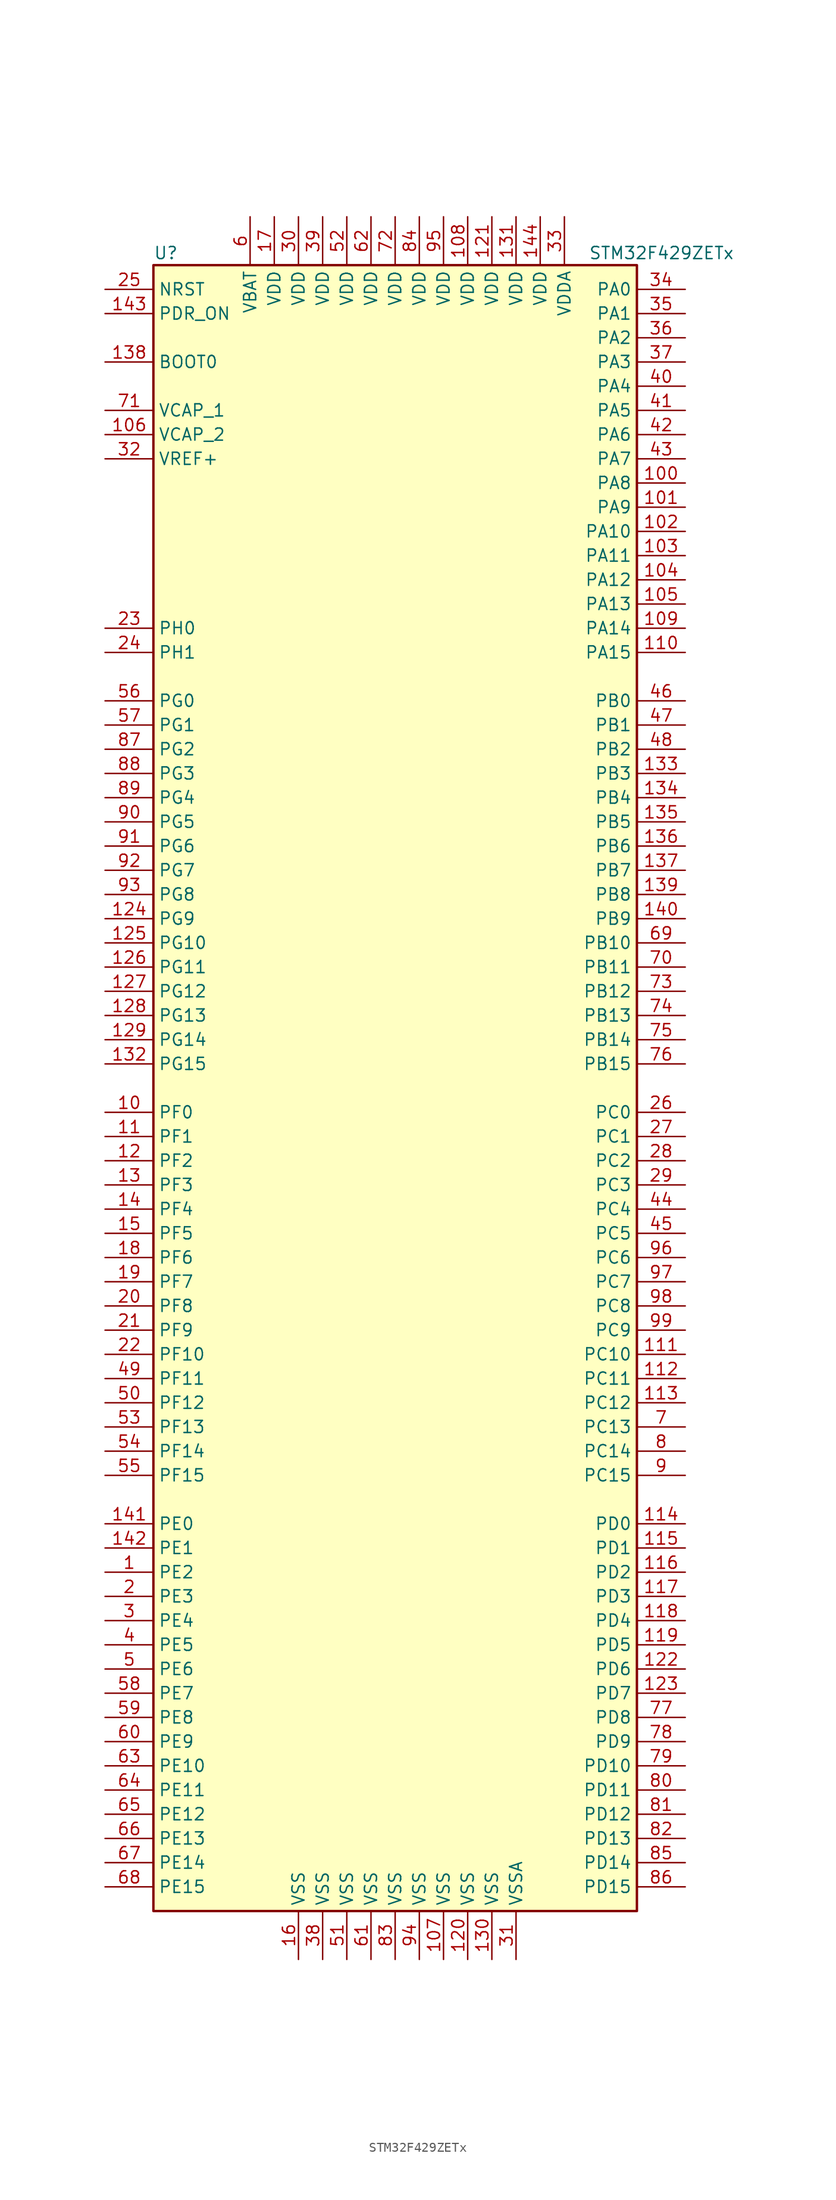
<source format=kicad_sym>
(kicad_symbol_lib
  (version 20201005)
  (generator kicad_symbol_editor)
  (symbol "MCU_ST_STM32F4:STM32F429ZETx"
    (property "Reference" "U"
      (at -25.4 87.63 0)
      (effects (font (size 1.27 1.27)) (justify left)))
    (property "Value" "STM32F429ZETx"
      (at 20.32 87.63 0)
      (effects (font (size 1.27 1.27)) (justify left)))
    (symbol "STM32F429ZETx_0_1"
      (rectangle (start -25.4 -86.36) (end 25.4 86.36) (stroke (width 0.254)) (fill (type background))))
    (symbol "STM32F429ZETx_1_1"
      (pin input line (at -30.48 76.2 0) (length 5.08) (name "BOOT0" (effects (font (size 1.27 1.27)))) (number "138" (effects (font (size 1.27 1.27)))))
      (pin input line (at -30.48 83.82 0) (length 5.08) (name "NRST" (effects (font (size 1.27 1.27)))) (number "25" (effects (font (size 1.27 1.27)))))
      (pin bidirectional line (at 30.48 83.82 180) (length 5.08) (name "PA0" (effects (font (size 1.27 1.27)))) (number "34" (effects (font (size 1.27 1.27)))))
      (pin bidirectional line (at 30.48 81.28 180) (length 5.08) (name "PA1" (effects (font (size 1.27 1.27)))) (number "35" (effects (font (size 1.27 1.27)))))
      (pin bidirectional line (at 30.48 58.42 180) (length 5.08) (name "PA10" (effects (font (size 1.27 1.27)))) (number "102" (effects (font (size 1.27 1.27)))))
      (pin bidirectional line (at 30.48 55.88 180) (length 5.08) (name "PA11" (effects (font (size 1.27 1.27)))) (number "103" (effects (font (size 1.27 1.27)))))
      (pin bidirectional line (at 30.48 53.34 180) (length 5.08) (name "PA12" (effects (font (size 1.27 1.27)))) (number "104" (effects (font (size 1.27 1.27)))))
      (pin bidirectional line (at 30.48 50.8 180) (length 5.08) (name "PA13" (effects (font (size 1.27 1.27)))) (number "105" (effects (font (size 1.27 1.27)))))
      (pin bidirectional line (at 30.48 48.26 180) (length 5.08) (name "PA14" (effects (font (size 1.27 1.27)))) (number "109" (effects (font (size 1.27 1.27)))))
      (pin bidirectional line (at 30.48 45.72 180) (length 5.08) (name "PA15" (effects (font (size 1.27 1.27)))) (number "110" (effects (font (size 1.27 1.27)))))
      (pin bidirectional line (at 30.48 78.74 180) (length 5.08) (name "PA2" (effects (font (size 1.27 1.27)))) (number "36" (effects (font (size 1.27 1.27)))))
      (pin bidirectional line (at 30.48 76.2 180) (length 5.08) (name "PA3" (effects (font (size 1.27 1.27)))) (number "37" (effects (font (size 1.27 1.27)))))
      (pin bidirectional line (at 30.48 73.66 180) (length 5.08) (name "PA4" (effects (font (size 1.27 1.27)))) (number "40" (effects (font (size 1.27 1.27)))))
      (pin bidirectional line (at 30.48 71.12 180) (length 5.08) (name "PA5" (effects (font (size 1.27 1.27)))) (number "41" (effects (font (size 1.27 1.27)))))
      (pin bidirectional line (at 30.48 68.58 180) (length 5.08) (name "PA6" (effects (font (size 1.27 1.27)))) (number "42" (effects (font (size 1.27 1.27)))))
      (pin bidirectional line (at 30.48 66.04 180) (length 5.08) (name "PA7" (effects (font (size 1.27 1.27)))) (number "43" (effects (font (size 1.27 1.27)))))
      (pin bidirectional line (at 30.48 63.5 180) (length 5.08) (name "PA8" (effects (font (size 1.27 1.27)))) (number "100" (effects (font (size 1.27 1.27)))))
      (pin bidirectional line (at 30.48 60.96 180) (length 5.08) (name "PA9" (effects (font (size 1.27 1.27)))) (number "101" (effects (font (size 1.27 1.27)))))
      (pin bidirectional line (at 30.48 40.64 180) (length 5.08) (name "PB0" (effects (font (size 1.27 1.27)))) (number "46" (effects (font (size 1.27 1.27)))))
      (pin bidirectional line (at 30.48 38.1 180) (length 5.08) (name "PB1" (effects (font (size 1.27 1.27)))) (number "47" (effects (font (size 1.27 1.27)))))
      (pin bidirectional line (at 30.48 15.24 180) (length 5.08) (name "PB10" (effects (font (size 1.27 1.27)))) (number "69" (effects (font (size 1.27 1.27)))))
      (pin bidirectional line (at 30.48 12.7 180) (length 5.08) (name "PB11" (effects (font (size 1.27 1.27)))) (number "70" (effects (font (size 1.27 1.27)))))
      (pin bidirectional line (at 30.48 10.16 180) (length 5.08) (name "PB12" (effects (font (size 1.27 1.27)))) (number "73" (effects (font (size 1.27 1.27)))))
      (pin bidirectional line (at 30.48 7.62 180) (length 5.08) (name "PB13" (effects (font (size 1.27 1.27)))) (number "74" (effects (font (size 1.27 1.27)))))
      (pin bidirectional line (at 30.48 5.08 180) (length 5.08) (name "PB14" (effects (font (size 1.27 1.27)))) (number "75" (effects (font (size 1.27 1.27)))))
      (pin bidirectional line (at 30.48 2.54 180) (length 5.08) (name "PB15" (effects (font (size 1.27 1.27)))) (number "76" (effects (font (size 1.27 1.27)))))
      (pin bidirectional line (at 30.48 35.56 180) (length 5.08) (name "PB2" (effects (font (size 1.27 1.27)))) (number "48" (effects (font (size 1.27 1.27)))))
      (pin bidirectional line (at 30.48 33.02 180) (length 5.08) (name "PB3" (effects (font (size 1.27 1.27)))) (number "133" (effects (font (size 1.27 1.27)))))
      (pin bidirectional line (at 30.48 30.48 180) (length 5.08) (name "PB4" (effects (font (size 1.27 1.27)))) (number "134" (effects (font (size 1.27 1.27)))))
      (pin bidirectional line (at 30.48 27.94 180) (length 5.08) (name "PB5" (effects (font (size 1.27 1.27)))) (number "135" (effects (font (size 1.27 1.27)))))
      (pin bidirectional line (at 30.48 25.4 180) (length 5.08) (name "PB6" (effects (font (size 1.27 1.27)))) (number "136" (effects (font (size 1.27 1.27)))))
      (pin bidirectional line (at 30.48 22.86 180) (length 5.08) (name "PB7" (effects (font (size 1.27 1.27)))) (number "137" (effects (font (size 1.27 1.27)))))
      (pin bidirectional line (at 30.48 20.32 180) (length 5.08) (name "PB8" (effects (font (size 1.27 1.27)))) (number "139" (effects (font (size 1.27 1.27)))))
      (pin bidirectional line (at 30.48 17.78 180) (length 5.08) (name "PB9" (effects (font (size 1.27 1.27)))) (number "140" (effects (font (size 1.27 1.27)))))
      (pin bidirectional line (at 30.48 -2.54 180) (length 5.08) (name "PC0" (effects (font (size 1.27 1.27)))) (number "26" (effects (font (size 1.27 1.27)))))
      (pin bidirectional line (at 30.48 -5.08 180) (length 5.08) (name "PC1" (effects (font (size 1.27 1.27)))) (number "27" (effects (font (size 1.27 1.27)))))
      (pin bidirectional line (at 30.48 -27.94 180) (length 5.08) (name "PC10" (effects (font (size 1.27 1.27)))) (number "111" (effects (font (size 1.27 1.27)))))
      (pin bidirectional line (at 30.48 -30.48 180) (length 5.08) (name "PC11" (effects (font (size 1.27 1.27)))) (number "112" (effects (font (size 1.27 1.27)))))
      (pin bidirectional line (at 30.48 -33.02 180) (length 5.08) (name "PC12" (effects (font (size 1.27 1.27)))) (number "113" (effects (font (size 1.27 1.27)))))
      (pin bidirectional line (at 30.48 -35.56 180) (length 5.08) (name "PC13" (effects (font (size 1.27 1.27)))) (number "7" (effects (font (size 1.27 1.27)))))
      (pin bidirectional line (at 30.48 -38.1 180) (length 5.08) (name "PC14" (effects (font (size 1.27 1.27)))) (number "8" (effects (font (size 1.27 1.27)))))
      (pin bidirectional line (at 30.48 -40.64 180) (length 5.08) (name "PC15" (effects (font (size 1.27 1.27)))) (number "9" (effects (font (size 1.27 1.27)))))
      (pin bidirectional line (at 30.48 -7.62 180) (length 5.08) (name "PC2" (effects (font (size 1.27 1.27)))) (number "28" (effects (font (size 1.27 1.27)))))
      (pin bidirectional line (at 30.48 -10.16 180) (length 5.08) (name "PC3" (effects (font (size 1.27 1.27)))) (number "29" (effects (font (size 1.27 1.27)))))
      (pin bidirectional line (at 30.48 -12.7 180) (length 5.08) (name "PC4" (effects (font (size 1.27 1.27)))) (number "44" (effects (font (size 1.27 1.27)))))
      (pin bidirectional line (at 30.48 -15.24 180) (length 5.08) (name "PC5" (effects (font (size 1.27 1.27)))) (number "45" (effects (font (size 1.27 1.27)))))
      (pin bidirectional line (at 30.48 -17.78 180) (length 5.08) (name "PC6" (effects (font (size 1.27 1.27)))) (number "96" (effects (font (size 1.27 1.27)))))
      (pin bidirectional line (at 30.48 -20.32 180) (length 5.08) (name "PC7" (effects (font (size 1.27 1.27)))) (number "97" (effects (font (size 1.27 1.27)))))
      (pin bidirectional line (at 30.48 -22.86 180) (length 5.08) (name "PC8" (effects (font (size 1.27 1.27)))) (number "98" (effects (font (size 1.27 1.27)))))
      (pin bidirectional line (at 30.48 -25.4 180) (length 5.08) (name "PC9" (effects (font (size 1.27 1.27)))) (number "99" (effects (font (size 1.27 1.27)))))
      (pin bidirectional line (at 30.48 -45.72 180) (length 5.08) (name "PD0" (effects (font (size 1.27 1.27)))) (number "114" (effects (font (size 1.27 1.27)))))
      (pin bidirectional line (at 30.48 -48.26 180) (length 5.08) (name "PD1" (effects (font (size 1.27 1.27)))) (number "115" (effects (font (size 1.27 1.27)))))
      (pin bidirectional line (at 30.48 -71.12 180) (length 5.08) (name "PD10" (effects (font (size 1.27 1.27)))) (number "79" (effects (font (size 1.27 1.27)))))
      (pin bidirectional line (at 30.48 -73.66 180) (length 5.08) (name "PD11" (effects (font (size 1.27 1.27)))) (number "80" (effects (font (size 1.27 1.27)))))
      (pin bidirectional line (at 30.48 -76.2 180) (length 5.08) (name "PD12" (effects (font (size 1.27 1.27)))) (number "81" (effects (font (size 1.27 1.27)))))
      (pin bidirectional line (at 30.48 -78.74 180) (length 5.08) (name "PD13" (effects (font (size 1.27 1.27)))) (number "82" (effects (font (size 1.27 1.27)))))
      (pin bidirectional line (at 30.48 -81.28 180) (length 5.08) (name "PD14" (effects (font (size 1.27 1.27)))) (number "85" (effects (font (size 1.27 1.27)))))
      (pin bidirectional line (at 30.48 -83.82 180) (length 5.08) (name "PD15" (effects (font (size 1.27 1.27)))) (number "86" (effects (font (size 1.27 1.27)))))
      (pin bidirectional line (at 30.48 -50.8 180) (length 5.08) (name "PD2" (effects (font (size 1.27 1.27)))) (number "116" (effects (font (size 1.27 1.27)))))
      (pin bidirectional line (at 30.48 -53.34 180) (length 5.08) (name "PD3" (effects (font (size 1.27 1.27)))) (number "117" (effects (font (size 1.27 1.27)))))
      (pin bidirectional line (at 30.48 -55.88 180) (length 5.08) (name "PD4" (effects (font (size 1.27 1.27)))) (number "118" (effects (font (size 1.27 1.27)))))
      (pin bidirectional line (at 30.48 -58.42 180) (length 5.08) (name "PD5" (effects (font (size 1.27 1.27)))) (number "119" (effects (font (size 1.27 1.27)))))
      (pin bidirectional line (at 30.48 -60.96 180) (length 5.08) (name "PD6" (effects (font (size 1.27 1.27)))) (number "122" (effects (font (size 1.27 1.27)))))
      (pin bidirectional line (at 30.48 -63.5 180) (length 5.08) (name "PD7" (effects (font (size 1.27 1.27)))) (number "123" (effects (font (size 1.27 1.27)))))
      (pin bidirectional line (at 30.48 -66.04 180) (length 5.08) (name "PD8" (effects (font (size 1.27 1.27)))) (number "77" (effects (font (size 1.27 1.27)))))
      (pin bidirectional line (at 30.48 -68.58 180) (length 5.08) (name "PD9" (effects (font (size 1.27 1.27)))) (number "78" (effects (font (size 1.27 1.27)))))
      (pin input line (at -30.48 81.28 0) (length 5.08) (name "PDR_ON" (effects (font (size 1.27 1.27)))) (number "143" (effects (font (size 1.27 1.27)))))
      (pin bidirectional line (at -30.48 -45.72 0) (length 5.08) (name "PE0" (effects (font (size 1.27 1.27)))) (number "141" (effects (font (size 1.27 1.27)))))
      (pin bidirectional line (at -30.48 -48.26 0) (length 5.08) (name "PE1" (effects (font (size 1.27 1.27)))) (number "142" (effects (font (size 1.27 1.27)))))
      (pin bidirectional line (at -30.48 -71.12 0) (length 5.08) (name "PE10" (effects (font (size 1.27 1.27)))) (number "63" (effects (font (size 1.27 1.27)))))
      (pin bidirectional line (at -30.48 -73.66 0) (length 5.08) (name "PE11" (effects (font (size 1.27 1.27)))) (number "64" (effects (font (size 1.27 1.27)))))
      (pin bidirectional line (at -30.48 -76.2 0) (length 5.08) (name "PE12" (effects (font (size 1.27 1.27)))) (number "65" (effects (font (size 1.27 1.27)))))
      (pin bidirectional line (at -30.48 -78.74 0) (length 5.08) (name "PE13" (effects (font (size 1.27 1.27)))) (number "66" (effects (font (size 1.27 1.27)))))
      (pin bidirectional line (at -30.48 -81.28 0) (length 5.08) (name "PE14" (effects (font (size 1.27 1.27)))) (number "67" (effects (font (size 1.27 1.27)))))
      (pin bidirectional line (at -30.48 -83.82 0) (length 5.08) (name "PE15" (effects (font (size 1.27 1.27)))) (number "68" (effects (font (size 1.27 1.27)))))
      (pin bidirectional line (at -30.48 -50.8 0) (length 5.08) (name "PE2" (effects (font (size 1.27 1.27)))) (number "1" (effects (font (size 1.27 1.27)))))
      (pin bidirectional line (at -30.48 -53.34 0) (length 5.08) (name "PE3" (effects (font (size 1.27 1.27)))) (number "2" (effects (font (size 1.27 1.27)))))
      (pin bidirectional line (at -30.48 -55.88 0) (length 5.08) (name "PE4" (effects (font (size 1.27 1.27)))) (number "3" (effects (font (size 1.27 1.27)))))
      (pin bidirectional line (at -30.48 -58.42 0) (length 5.08) (name "PE5" (effects (font (size 1.27 1.27)))) (number "4" (effects (font (size 1.27 1.27)))))
      (pin bidirectional line (at -30.48 -60.96 0) (length 5.08) (name "PE6" (effects (font (size 1.27 1.27)))) (number "5" (effects (font (size 1.27 1.27)))))
      (pin bidirectional line (at -30.48 -63.5 0) (length 5.08) (name "PE7" (effects (font (size 1.27 1.27)))) (number "58" (effects (font (size 1.27 1.27)))))
      (pin bidirectional line (at -30.48 -66.04 0) (length 5.08) (name "PE8" (effects (font (size 1.27 1.27)))) (number "59" (effects (font (size 1.27 1.27)))))
      (pin bidirectional line (at -30.48 -68.58 0) (length 5.08) (name "PE9" (effects (font (size 1.27 1.27)))) (number "60" (effects (font (size 1.27 1.27)))))
      (pin bidirectional line (at -30.48 -2.54 0) (length 5.08) (name "PF0" (effects (font (size 1.27 1.27)))) (number "10" (effects (font (size 1.27 1.27)))))
      (pin bidirectional line (at -30.48 -5.08 0) (length 5.08) (name "PF1" (effects (font (size 1.27 1.27)))) (number "11" (effects (font (size 1.27 1.27)))))
      (pin bidirectional line (at -30.48 -27.94 0) (length 5.08) (name "PF10" (effects (font (size 1.27 1.27)))) (number "22" (effects (font (size 1.27 1.27)))))
      (pin bidirectional line (at -30.48 -30.48 0) (length 5.08) (name "PF11" (effects (font (size 1.27 1.27)))) (number "49" (effects (font (size 1.27 1.27)))))
      (pin bidirectional line (at -30.48 -33.02 0) (length 5.08) (name "PF12" (effects (font (size 1.27 1.27)))) (number "50" (effects (font (size 1.27 1.27)))))
      (pin bidirectional line (at -30.48 -35.56 0) (length 5.08) (name "PF13" (effects (font (size 1.27 1.27)))) (number "53" (effects (font (size 1.27 1.27)))))
      (pin bidirectional line (at -30.48 -38.1 0) (length 5.08) (name "PF14" (effects (font (size 1.27 1.27)))) (number "54" (effects (font (size 1.27 1.27)))))
      (pin bidirectional line (at -30.48 -40.64 0) (length 5.08) (name "PF15" (effects (font (size 1.27 1.27)))) (number "55" (effects (font (size 1.27 1.27)))))
      (pin bidirectional line (at -30.48 -7.62 0) (length 5.08) (name "PF2" (effects (font (size 1.27 1.27)))) (number "12" (effects (font (size 1.27 1.27)))))
      (pin bidirectional line (at -30.48 -10.16 0) (length 5.08) (name "PF3" (effects (font (size 1.27 1.27)))) (number "13" (effects (font (size 1.27 1.27)))))
      (pin bidirectional line (at -30.48 -12.7 0) (length 5.08) (name "PF4" (effects (font (size 1.27 1.27)))) (number "14" (effects (font (size 1.27 1.27)))))
      (pin bidirectional line (at -30.48 -15.24 0) (length 5.08) (name "PF5" (effects (font (size 1.27 1.27)))) (number "15" (effects (font (size 1.27 1.27)))))
      (pin bidirectional line (at -30.48 -17.78 0) (length 5.08) (name "PF6" (effects (font (size 1.27 1.27)))) (number "18" (effects (font (size 1.27 1.27)))))
      (pin bidirectional line (at -30.48 -20.32 0) (length 5.08) (name "PF7" (effects (font (size 1.27 1.27)))) (number "19" (effects (font (size 1.27 1.27)))))
      (pin bidirectional line (at -30.48 -22.86 0) (length 5.08) (name "PF8" (effects (font (size 1.27 1.27)))) (number "20" (effects (font (size 1.27 1.27)))))
      (pin bidirectional line (at -30.48 -25.4 0) (length 5.08) (name "PF9" (effects (font (size 1.27 1.27)))) (number "21" (effects (font (size 1.27 1.27)))))
      (pin bidirectional line (at -30.48 40.64 0) (length 5.08) (name "PG0" (effects (font (size 1.27 1.27)))) (number "56" (effects (font (size 1.27 1.27)))))
      (pin bidirectional line (at -30.48 38.1 0) (length 5.08) (name "PG1" (effects (font (size 1.27 1.27)))) (number "57" (effects (font (size 1.27 1.27)))))
      (pin bidirectional line (at -30.48 15.24 0) (length 5.08) (name "PG10" (effects (font (size 1.27 1.27)))) (number "125" (effects (font (size 1.27 1.27)))))
      (pin bidirectional line (at -30.48 12.7 0) (length 5.08) (name "PG11" (effects (font (size 1.27 1.27)))) (number "126" (effects (font (size 1.27 1.27)))))
      (pin bidirectional line (at -30.48 10.16 0) (length 5.08) (name "PG12" (effects (font (size 1.27 1.27)))) (number "127" (effects (font (size 1.27 1.27)))))
      (pin bidirectional line (at -30.48 7.62 0) (length 5.08) (name "PG13" (effects (font (size 1.27 1.27)))) (number "128" (effects (font (size 1.27 1.27)))))
      (pin bidirectional line (at -30.48 5.08 0) (length 5.08) (name "PG14" (effects (font (size 1.27 1.27)))) (number "129" (effects (font (size 1.27 1.27)))))
      (pin bidirectional line (at -30.48 2.54 0) (length 5.08) (name "PG15" (effects (font (size 1.27 1.27)))) (number "132" (effects (font (size 1.27 1.27)))))
      (pin bidirectional line (at -30.48 35.56 0) (length 5.08) (name "PG2" (effects (font (size 1.27 1.27)))) (number "87" (effects (font (size 1.27 1.27)))))
      (pin bidirectional line (at -30.48 33.02 0) (length 5.08) (name "PG3" (effects (font (size 1.27 1.27)))) (number "88" (effects (font (size 1.27 1.27)))))
      (pin bidirectional line (at -30.48 30.48 0) (length 5.08) (name "PG4" (effects (font (size 1.27 1.27)))) (number "89" (effects (font (size 1.27 1.27)))))
      (pin bidirectional line (at -30.48 27.94 0) (length 5.08) (name "PG5" (effects (font (size 1.27 1.27)))) (number "90" (effects (font (size 1.27 1.27)))))
      (pin bidirectional line (at -30.48 25.4 0) (length 5.08) (name "PG6" (effects (font (size 1.27 1.27)))) (number "91" (effects (font (size 1.27 1.27)))))
      (pin bidirectional line (at -30.48 22.86 0) (length 5.08) (name "PG7" (effects (font (size 1.27 1.27)))) (number "92" (effects (font (size 1.27 1.27)))))
      (pin bidirectional line (at -30.48 20.32 0) (length 5.08) (name "PG8" (effects (font (size 1.27 1.27)))) (number "93" (effects (font (size 1.27 1.27)))))
      (pin bidirectional line (at -30.48 17.78 0) (length 5.08) (name "PG9" (effects (font (size 1.27 1.27)))) (number "124" (effects (font (size 1.27 1.27)))))
      (pin input line (at -30.48 48.26 0) (length 5.08) (name "PH0" (effects (font (size 1.27 1.27)))) (number "23" (effects (font (size 1.27 1.27)))))
      (pin input line (at -30.48 45.72 0) (length 5.08) (name "PH1" (effects (font (size 1.27 1.27)))) (number "24" (effects (font (size 1.27 1.27)))))
      (pin power_in line (at -15.24 91.44 270) (length 5.08) (name "VBAT" (effects (font (size 1.27 1.27)))) (number "6" (effects (font (size 1.27 1.27)))))
      (pin power_in line (at -30.48 71.12 0) (length 5.08) (name "VCAP_1" (effects (font (size 1.27 1.27)))) (number "71" (effects (font (size 1.27 1.27)))))
      (pin power_in line (at -30.48 68.58 0) (length 5.08) (name "VCAP_2" (effects (font (size 1.27 1.27)))) (number "106" (effects (font (size 1.27 1.27)))))
      (pin power_in line (at 7.62 91.44 270) (length 5.08) (name "VDD" (effects (font (size 1.27 1.27)))) (number "108" (effects (font (size 1.27 1.27)))))
      (pin power_in line (at 10.16 91.44 270) (length 5.08) (name "VDD" (effects (font (size 1.27 1.27)))) (number "121" (effects (font (size 1.27 1.27)))))
      (pin power_in line (at 12.7 91.44 270) (length 5.08) (name "VDD" (effects (font (size 1.27 1.27)))) (number "131" (effects (font (size 1.27 1.27)))))
      (pin power_in line (at 15.24 91.44 270) (length 5.08) (name "VDD" (effects (font (size 1.27 1.27)))) (number "144" (effects (font (size 1.27 1.27)))))
      (pin power_in line (at -12.7 91.44 270) (length 5.08) (name "VDD" (effects (font (size 1.27 1.27)))) (number "17" (effects (font (size 1.27 1.27)))))
      (pin power_in line (at -10.16 91.44 270) (length 5.08) (name "VDD" (effects (font (size 1.27 1.27)))) (number "30" (effects (font (size 1.27 1.27)))))
      (pin power_in line (at -7.62 91.44 270) (length 5.08) (name "VDD" (effects (font (size 1.27 1.27)))) (number "39" (effects (font (size 1.27 1.27)))))
      (pin power_in line (at -5.08 91.44 270) (length 5.08) (name "VDD" (effects (font (size 1.27 1.27)))) (number "52" (effects (font (size 1.27 1.27)))))
      (pin power_in line (at -2.54 91.44 270) (length 5.08) (name "VDD" (effects (font (size 1.27 1.27)))) (number "62" (effects (font (size 1.27 1.27)))))
      (pin power_in line (at 0 91.44 270) (length 5.08) (name "VDD" (effects (font (size 1.27 1.27)))) (number "72" (effects (font (size 1.27 1.27)))))
      (pin power_in line (at 2.54 91.44 270) (length 5.08) (name "VDD" (effects (font (size 1.27 1.27)))) (number "84" (effects (font (size 1.27 1.27)))))
      (pin power_in line (at 5.08 91.44 270) (length 5.08) (name "VDD" (effects (font (size 1.27 1.27)))) (number "95" (effects (font (size 1.27 1.27)))))
      (pin power_in line (at 17.78 91.44 270) (length 5.08) (name "VDDA" (effects (font (size 1.27 1.27)))) (number "33" (effects (font (size 1.27 1.27)))))
      (pin power_in line (at -30.48 66.04 0) (length 5.08) (name "VREF+" (effects (font (size 1.27 1.27)))) (number "32" (effects (font (size 1.27 1.27)))))
      (pin power_in line (at 5.08 -91.44 90) (length 5.08) (name "VSS" (effects (font (size 1.27 1.27)))) (number "107" (effects (font (size 1.27 1.27)))))
      (pin power_in line (at 7.62 -91.44 90) (length 5.08) (name "VSS" (effects (font (size 1.27 1.27)))) (number "120" (effects (font (size 1.27 1.27)))))
      (pin power_in line (at 10.16 -91.44 90) (length 5.08) (name "VSS" (effects (font (size 1.27 1.27)))) (number "130" (effects (font (size 1.27 1.27)))))
      (pin power_in line (at -10.16 -91.44 90) (length 5.08) (name "VSS" (effects (font (size 1.27 1.27)))) (number "16" (effects (font (size 1.27 1.27)))))
      (pin power_in line (at -7.62 -91.44 90) (length 5.08) (name "VSS" (effects (font (size 1.27 1.27)))) (number "38" (effects (font (size 1.27 1.27)))))
      (pin power_in line (at -5.08 -91.44 90) (length 5.08) (name "VSS" (effects (font (size 1.27 1.27)))) (number "51" (effects (font (size 1.27 1.27)))))
      (pin power_in line (at -2.54 -91.44 90) (length 5.08) (name "VSS" (effects (font (size 1.27 1.27)))) (number "61" (effects (font (size 1.27 1.27)))))
      (pin power_in line (at 0 -91.44 90) (length 5.08) (name "VSS" (effects (font (size 1.27 1.27)))) (number "83" (effects (font (size 1.27 1.27)))))
      (pin power_in line (at 2.54 -91.44 90) (length 5.08) (name "VSS" (effects (font (size 1.27 1.27)))) (number "94" (effects (font (size 1.27 1.27)))))
      (pin power_in line (at 12.7 -91.44 90) (length 5.08) (name "VSSA" (effects (font (size 1.27 1.27)))) (number "31" (effects (font (size 1.27 1.27))))))))
</source>
